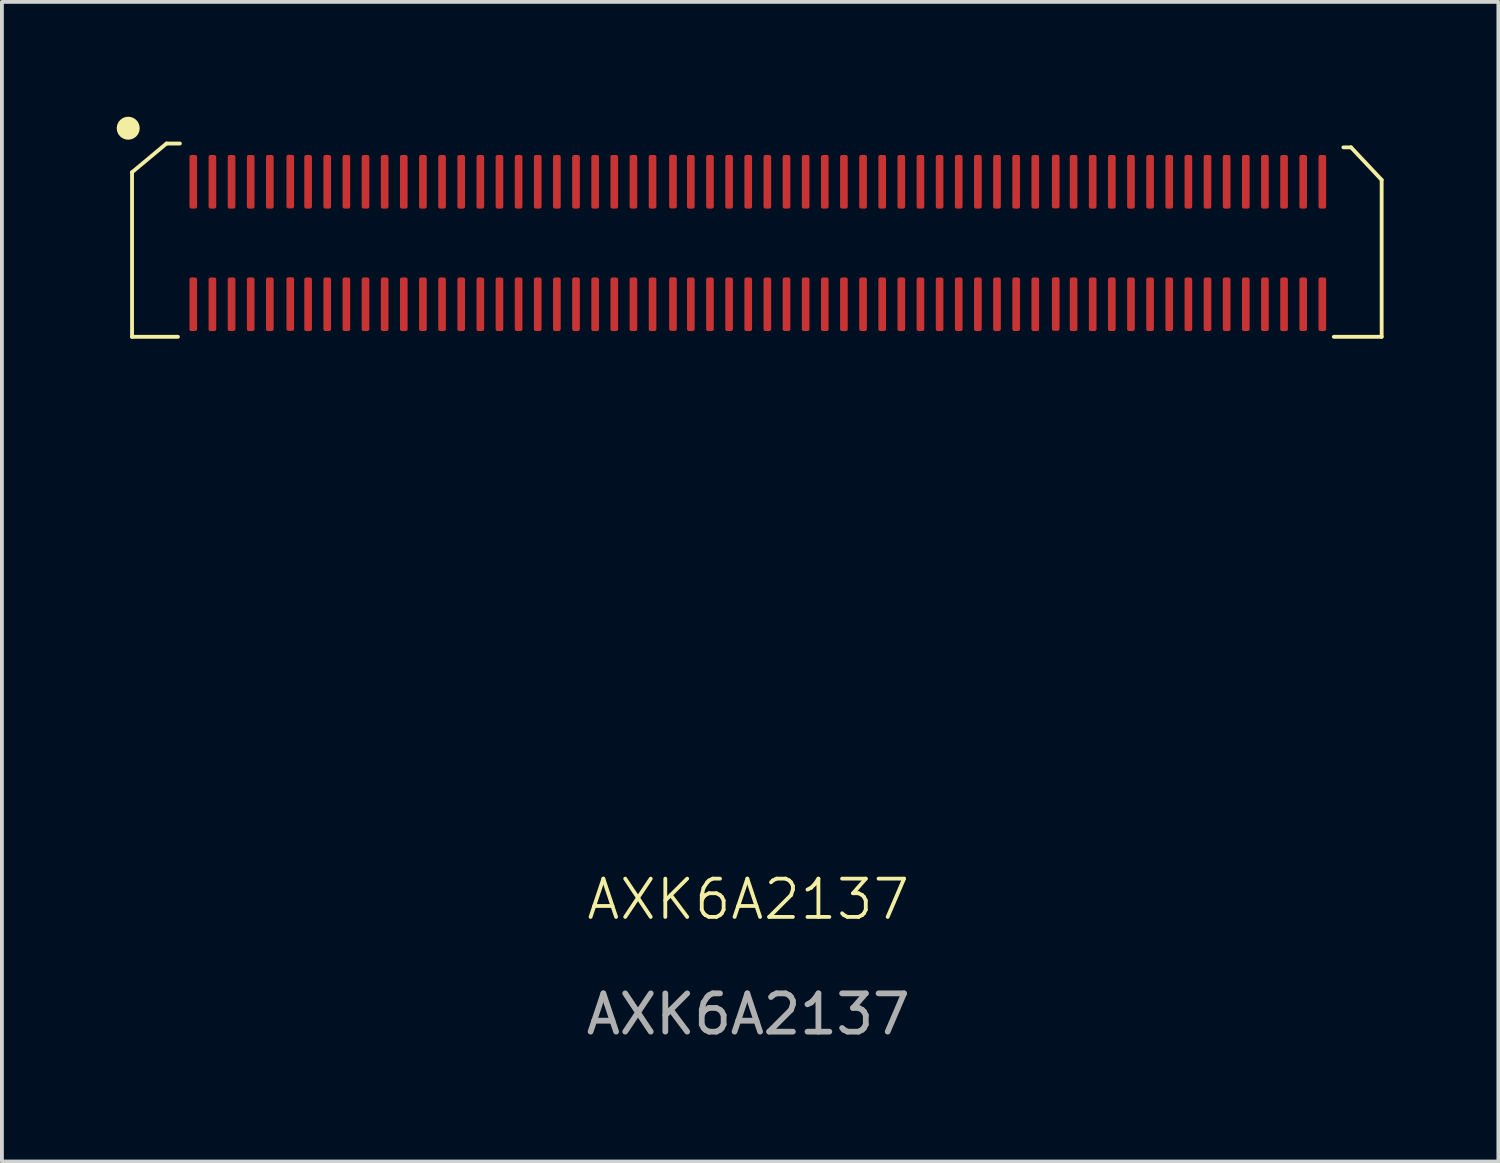
<source format=kicad_pcb>
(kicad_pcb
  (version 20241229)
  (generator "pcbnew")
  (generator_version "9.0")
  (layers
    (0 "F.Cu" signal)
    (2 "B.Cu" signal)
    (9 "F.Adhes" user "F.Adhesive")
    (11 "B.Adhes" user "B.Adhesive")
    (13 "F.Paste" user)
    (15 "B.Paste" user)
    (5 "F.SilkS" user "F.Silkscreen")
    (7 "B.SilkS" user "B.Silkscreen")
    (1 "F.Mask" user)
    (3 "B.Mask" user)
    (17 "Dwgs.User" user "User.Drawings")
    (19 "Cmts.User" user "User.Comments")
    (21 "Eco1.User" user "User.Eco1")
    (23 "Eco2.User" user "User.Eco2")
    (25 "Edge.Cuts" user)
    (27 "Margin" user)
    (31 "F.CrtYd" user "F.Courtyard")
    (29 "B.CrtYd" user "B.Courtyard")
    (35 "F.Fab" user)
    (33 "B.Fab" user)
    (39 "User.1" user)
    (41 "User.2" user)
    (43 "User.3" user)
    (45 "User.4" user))
  (footprint "AXK6A2137"
    (layer "F.Cu")
    (at 16.5 3.3)
    (property "Reference" "AXK6A2137" (at 0 17.15 0) (unlocked yes) (layer "F.SilkS") (effects (font (size 1 1) (thickness 0.1))))
    (attr smd)
    (fp_line (start -16.1 -1.85) (end -15.2 -2.6) (stroke (width 0.1) (type default)) (layer "F.SilkS"))
    (fp_line (start -16.1 2.45) (end -16.1 -1.85) (stroke (width 0.1) (type default)) (layer "F.SilkS"))
    (fp_line (start -15.2 -2.6) (end -14.85 -2.6) (stroke (width 0.1) (type default)) (layer "F.SilkS"))
    (fp_line (start -14.9 2.45) (end -16.1 2.45) (stroke (width 0.1) (type default)) (layer "F.SilkS"))
    (fp_line (start 15.55 -2.5) (end 15.75 -2.5) (stroke (width 0.1) (type default)) (layer "F.SilkS"))
    (fp_line (start 15.75 -2.5) (end 16.55 -1.65) (stroke (width 0.1) (type default)) (layer "F.SilkS"))
    (fp_line (start 16.55 -1.65) (end 16.55 2.45) (stroke (width 0.1) (type default)) (layer "F.SilkS"))
    (fp_line (start 16.55 2.45) (end 15.3 2.45) (stroke (width 0.1) (type default)) (layer "F.SilkS"))
    (fp_circle (center -16.2 -3) (end -15.95 -3) (stroke (width 0.1) (type solid)) (fill yes) (layer "F.SilkS"))
    (fp_text user "${REFERENCE}" (at 0 20.15 0) (unlocked yes) (layer "F.Fab") (effects (font (size 1 1) (thickness 0.15))))
    (pad "1" smd roundrect (at -14.5 -1.6) (size 0.2 1.4) (layers "F.Cu" "F.Mask" "F.Paste") (roundrect_rratio 0.25))
    (pad "2" smd roundrect (at -14.5 1.6) (size 0.2 1.4) (layers "F.Cu" "F.Mask" "F.Paste") (roundrect_rratio 0.25))
    (pad "3" smd roundrect (at -14 -1.6) (size 0.2 1.4) (layers "F.Cu" "F.Mask" "F.Paste") (roundrect_rratio 0.25))
    (pad "4" smd roundrect (at -14 1.6) (size 0.2 1.4) (layers "F.Cu" "F.Mask" "F.Paste") (roundrect_rratio 0.25))
    (pad "5" smd roundrect (at -13.5 -1.6) (size 0.2 1.4) (layers "F.Cu" "F.Mask" "F.Paste") (roundrect_rratio 0.25))
    (pad "6" smd roundrect (at -13.5 1.6) (size 0.2 1.4) (layers "F.Cu" "F.Mask" "F.Paste") (roundrect_rratio 0.25))
    (pad "7" smd roundrect (at -13 -1.6) (size 0.2 1.4) (layers "F.Cu" "F.Mask" "F.Paste") (roundrect_rratio 0.25))
    (pad "8" smd roundrect (at -13 1.6) (size 0.2 1.4) (layers "F.Cu" "F.Mask" "F.Paste") (roundrect_rratio 0.25))
    (pad "9" smd roundrect (at -12.5 -1.6) (size 0.2 1.4) (layers "F.Cu" "F.Mask" "F.Paste") (roundrect_rratio 0.25))
    (pad "10" smd roundrect (at -12.5 1.6) (size 0.2 1.4) (layers "F.Cu" "F.Mask" "F.Paste") (roundrect_rratio 0.25))
    (pad "11" smd roundrect (at -11.966 -1.605) (size 0.2 1.4) (layers "F.Cu" "F.Mask" "F.Paste") (roundrect_rratio 0.25))
    (pad "12" smd roundrect (at -11.966 1.595) (size 0.2 1.4) (layers "F.Cu" "F.Mask" "F.Paste") (roundrect_rratio 0.25))
    (pad "13" smd roundrect (at -11.5 -1.6) (size 0.2 1.4) (layers "F.Cu" "F.Mask" "F.Paste") (roundrect_rratio 0.25))
    (pad "14" smd roundrect (at -11.5 1.6) (size 0.2 1.4) (layers "F.Cu" "F.Mask" "F.Paste") (roundrect_rratio 0.25))
    (pad "15" smd roundrect (at -11 -1.6) (size 0.2 1.4) (layers "F.Cu" "F.Mask" "F.Paste") (roundrect_rratio 0.25))
    (pad "16" smd roundrect (at -11 1.6) (size 0.2 1.4) (layers "F.Cu" "F.Mask" "F.Paste") (roundrect_rratio 0.25))
    (pad "17" smd roundrect (at -10.5 -1.6) (size 0.2 1.4) (layers "F.Cu" "F.Mask" "F.Paste") (roundrect_rratio 0.25))
    (pad "18" smd roundrect (at -10.5 1.6) (size 0.2 1.4) (layers "F.Cu" "F.Mask" "F.Paste") (roundrect_rratio 0.25))
    (pad "19" smd roundrect (at -10 -1.6) (size 0.2 1.4) (layers "F.Cu" "F.Mask" "F.Paste") (roundrect_rratio 0.25))
    (pad "20" smd roundrect (at -10 1.6) (size 0.2 1.4) (layers "F.Cu" "F.Mask" "F.Paste") (roundrect_rratio 0.25))
    (pad "21" smd roundrect (at -9.5 -1.6) (size 0.2 1.4) (layers "F.Cu" "F.Mask" "F.Paste") (roundrect_rratio 0.25))
    (pad "22" smd roundrect (at -9.5 1.6) (size 0.2 1.4) (layers "F.Cu" "F.Mask" "F.Paste") (roundrect_rratio 0.25))
    (pad "23" smd roundrect (at -9 -1.6) (size 0.2 1.4) (layers "F.Cu" "F.Mask" "F.Paste") (roundrect_rratio 0.25))
    (pad "24" smd roundrect (at -9 1.6) (size 0.2 1.4) (layers "F.Cu" "F.Mask" "F.Paste") (roundrect_rratio 0.25))
    (pad "25" smd roundrect (at -8.5 -1.6) (size 0.2 1.4) (layers "F.Cu" "F.Mask" "F.Paste") (roundrect_rratio 0.25))
    (pad "26" smd roundrect (at -8.5 1.6) (size 0.2 1.4) (layers "F.Cu" "F.Mask" "F.Paste") (roundrect_rratio 0.25))
    (pad "27" smd roundrect (at -8 -1.6) (size 0.2 1.4) (layers "F.Cu" "F.Mask" "F.Paste") (roundrect_rratio 0.25))
    (pad "28" smd roundrect (at -8 1.6) (size 0.2 1.4) (layers "F.Cu" "F.Mask" "F.Paste") (roundrect_rratio 0.25))
    (pad "29" smd roundrect (at -7.5 -1.6) (size 0.2 1.4) (layers "F.Cu" "F.Mask" "F.Paste") (roundrect_rratio 0.25))
    (pad "30" smd roundrect (at -7.5 1.6) (size 0.2 1.4) (layers "F.Cu" "F.Mask" "F.Paste") (roundrect_rratio 0.25))
    (pad "31" smd roundrect (at -7 -1.6) (size 0.2 1.4) (layers "F.Cu" "F.Mask" "F.Paste") (roundrect_rratio 0.25))
    (pad "32" smd roundrect (at -7 1.6) (size 0.2 1.4) (layers "F.Cu" "F.Mask" "F.Paste") (roundrect_rratio 0.25))
    (pad "33" smd roundrect (at -6.5 -1.6) (size 0.2 1.4) (layers "F.Cu" "F.Mask" "F.Paste") (roundrect_rratio 0.25))
    (pad "34" smd roundrect (at -6.5 1.6) (size 0.2 1.4) (layers "F.Cu" "F.Mask" "F.Paste") (roundrect_rratio 0.25))
    (pad "35" smd roundrect (at -6 -1.6) (size 0.2 1.4) (layers "F.Cu" "F.Mask" "F.Paste") (roundrect_rratio 0.25))
    (pad "36" smd roundrect (at -6 1.6) (size 0.2 1.4) (layers "F.Cu" "F.Mask" "F.Paste") (roundrect_rratio 0.25))
    (pad "37" smd roundrect (at -5.5 -1.6) (size 0.2 1.4) (layers "F.Cu" "F.Mask" "F.Paste") (roundrect_rratio 0.25))
    (pad "38" smd roundrect (at -5.5 1.6) (size 0.2 1.4) (layers "F.Cu" "F.Mask" "F.Paste") (roundrect_rratio 0.25))
    (pad "39" smd roundrect (at -5 -1.6) (size 0.2 1.4) (layers "F.Cu" "F.Mask" "F.Paste") (roundrect_rratio 0.25))
    (pad "40" smd roundrect (at -5 1.6) (size 0.2 1.4) (layers "F.Cu" "F.Mask" "F.Paste") (roundrect_rratio 0.25))
    (pad "41" smd roundrect (at -4.5 -1.6) (size 0.2 1.4) (layers "F.Cu" "F.Mask" "F.Paste") (roundrect_rratio 0.25))
    (pad "42" smd roundrect (at -4.5 1.6) (size 0.2 1.4) (layers "F.Cu" "F.Mask" "F.Paste") (roundrect_rratio 0.25))
    (pad "43" smd roundrect (at -4 -1.6) (size 0.2 1.4) (layers "F.Cu" "F.Mask" "F.Paste") (roundrect_rratio 0.25))
    (pad "44" smd roundrect (at -4 1.6) (size 0.2 1.4) (layers "F.Cu" "F.Mask" "F.Paste") (roundrect_rratio 0.25))
    (pad "45" smd roundrect (at -3.5 -1.6) (size 0.2 1.4) (layers "F.Cu" "F.Mask" "F.Paste") (roundrect_rratio 0.25))
    (pad "46" smd roundrect (at -3.5 1.6) (size 0.2 1.4) (layers "F.Cu" "F.Mask" "F.Paste") (roundrect_rratio 0.25))
    (pad "47" smd roundrect (at -3 -1.6) (size 0.2 1.4) (layers "F.Cu" "F.Mask" "F.Paste") (roundrect_rratio 0.25))
    (pad "48" smd roundrect (at -3 1.6) (size 0.2 1.4) (layers "F.Cu" "F.Mask" "F.Paste") (roundrect_rratio 0.25))
    (pad "49" smd roundrect (at -2.5 -1.6) (size 0.2 1.4) (layers "F.Cu" "F.Mask" "F.Paste") (roundrect_rratio 0.25))
    (pad "50" smd roundrect (at -2.5 1.6) (size 0.2 1.4) (layers "F.Cu" "F.Mask" "F.Paste") (roundrect_rratio 0.25))
    (pad "51" smd roundrect (at -1.966 -1.605) (size 0.2 1.4) (layers "F.Cu" "F.Mask" "F.Paste") (roundrect_rratio 0.25))
    (pad "52" smd roundrect (at -1.966 1.595) (size 0.2 1.4) (layers "F.Cu" "F.Mask" "F.Paste") (roundrect_rratio 0.25))
    (pad "53" smd roundrect (at -1.5 -1.6) (size 0.2 1.4) (layers "F.Cu" "F.Mask" "F.Paste") (roundrect_rratio 0.25))
    (pad "54" smd roundrect (at -1.5 1.6) (size 0.2 1.4) (layers "F.Cu" "F.Mask" "F.Paste") (roundrect_rratio 0.25))
    (pad "55" smd roundrect (at -1 -1.6) (size 0.2 1.4) (layers "F.Cu" "F.Mask" "F.Paste") (roundrect_rratio 0.25))
    (pad "56" smd roundrect (at -1 1.6) (size 0.2 1.4) (layers "F.Cu" "F.Mask" "F.Paste") (roundrect_rratio 0.25))
    (pad "57" smd roundrect (at -0.5 -1.6) (size 0.2 1.4) (layers "F.Cu" "F.Mask" "F.Paste") (roundrect_rratio 0.25))
    (pad "58" smd roundrect (at -0.5 1.6) (size 0.2 1.4) (layers "F.Cu" "F.Mask" "F.Paste") (roundrect_rratio 0.25))
    (pad "59" smd roundrect (at 0 -1.6) (size 0.2 1.4) (layers "F.Cu" "F.Mask" "F.Paste") (roundrect_rratio 0.25))
    (pad "60" smd roundrect (at 0 1.6) (size 0.2 1.4) (layers "F.Cu" "F.Mask" "F.Paste") (roundrect_rratio 0.25))
    (pad "61" smd roundrect (at 0.5 -1.6) (size 0.2 1.4) (layers "F.Cu" "F.Mask" "F.Paste") (roundrect_rratio 0.25))
    (pad "62" smd roundrect (at 0.5 1.6) (size 0.2 1.4) (layers "F.Cu" "F.Mask" "F.Paste") (roundrect_rratio 0.25))
    (pad "63" smd roundrect (at 1 -1.6) (size 0.2 1.4) (layers "F.Cu" "F.Mask" "F.Paste") (roundrect_rratio 0.25))
    (pad "64" smd roundrect (at 1 1.6) (size 0.2 1.4) (layers "F.Cu" "F.Mask" "F.Paste") (roundrect_rratio 0.25))
    (pad "65" smd roundrect (at 1.5 -1.6) (size 0.2 1.4) (layers "F.Cu" "F.Mask" "F.Paste") (roundrect_rratio 0.25))
    (pad "66" smd roundrect (at 1.5 1.6) (size 0.2 1.4) (layers "F.Cu" "F.Mask" "F.Paste") (roundrect_rratio 0.25))
    (pad "67" smd roundrect (at 2 -1.6) (size 0.2 1.4) (layers "F.Cu" "F.Mask" "F.Paste") (roundrect_rratio 0.25))
    (pad "68" smd roundrect (at 2 1.6) (size 0.2 1.4) (layers "F.Cu" "F.Mask" "F.Paste") (roundrect_rratio 0.25))
    (pad "69" smd roundrect (at 2.5 -1.6) (size 0.2 1.4) (layers "F.Cu" "F.Mask" "F.Paste") (roundrect_rratio 0.25))
    (pad "70" smd roundrect (at 2.5 1.6) (size 0.2 1.4) (layers "F.Cu" "F.Mask" "F.Paste") (roundrect_rratio 0.25))
    (pad "71" smd roundrect (at 3 -1.6) (size 0.2 1.4) (layers "F.Cu" "F.Mask" "F.Paste") (roundrect_rratio 0.25))
    (pad "72" smd roundrect (at 3 1.6) (size 0.2 1.4) (layers "F.Cu" "F.Mask" "F.Paste") (roundrect_rratio 0.25))
    (pad "73" smd roundrect (at 3.5 -1.6) (size 0.2 1.4) (layers "F.Cu" "F.Mask" "F.Paste") (roundrect_rratio 0.25))
    (pad "74" smd roundrect (at 3.5 1.6) (size 0.2 1.4) (layers "F.Cu" "F.Mask" "F.Paste") (roundrect_rratio 0.25))
    (pad "75" smd roundrect (at 4 -1.6) (size 0.2 1.4) (layers "F.Cu" "F.Mask" "F.Paste") (roundrect_rratio 0.25))
    (pad "76" smd roundrect (at 4 1.6) (size 0.2 1.4) (layers "F.Cu" "F.Mask" "F.Paste") (roundrect_rratio 0.25))
    (pad "77" smd roundrect (at 4.5 -1.6) (size 0.2 1.4) (layers "F.Cu" "F.Mask" "F.Paste") (roundrect_rratio 0.25))
    (pad "78" smd roundrect (at 4.5 1.6) (size 0.2 1.4) (layers "F.Cu" "F.Mask" "F.Paste") (roundrect_rratio 0.25))
    (pad "79" smd roundrect (at 5 -1.6) (size 0.2 1.4) (layers "F.Cu" "F.Mask" "F.Paste") (roundrect_rratio 0.25))
    (pad "80" smd roundrect (at 5 1.6) (size 0.2 1.4) (layers "F.Cu" "F.Mask" "F.Paste") (roundrect_rratio 0.25))
    (pad "81" smd roundrect (at 5.5 -1.6) (size 0.2 1.4) (layers "F.Cu" "F.Mask" "F.Paste") (roundrect_rratio 0.25))
    (pad "82" smd roundrect (at 5.5 1.6) (size 0.2 1.4) (layers "F.Cu" "F.Mask" "F.Paste") (roundrect_rratio 0.25))
    (pad "83" smd roundrect (at 6 -1.6) (size 0.2 1.4) (layers "F.Cu" "F.Mask" "F.Paste") (roundrect_rratio 0.25))
    (pad "84" smd roundrect (at 6 1.6) (size 0.2 1.4) (layers "F.Cu" "F.Mask" "F.Paste") (roundrect_rratio 0.25))
    (pad "85" smd roundrect (at 6.5 -1.6) (size 0.2 1.4) (layers "F.Cu" "F.Mask" "F.Paste") (roundrect_rratio 0.25))
    (pad "86" smd roundrect (at 6.5 1.6) (size 0.2 1.4) (layers "F.Cu" "F.Mask" "F.Paste") (roundrect_rratio 0.25))
    (pad "87" smd roundrect (at 7 -1.6) (size 0.2 1.4) (layers "F.Cu" "F.Mask" "F.Paste") (roundrect_rratio 0.25))
    (pad "88" smd roundrect (at 7 1.6) (size 0.2 1.4) (layers "F.Cu" "F.Mask" "F.Paste") (roundrect_rratio 0.25))
    (pad "89" smd roundrect (at 7.5 -1.6) (size 0.2 1.4) (layers "F.Cu" "F.Mask" "F.Paste") (roundrect_rratio 0.25))
    (pad "90" smd roundrect (at 7.5 1.6) (size 0.2 1.4) (layers "F.Cu" "F.Mask" "F.Paste") (roundrect_rratio 0.25))
    (pad "91" smd roundrect (at 8.034 -1.605) (size 0.2 1.4) (layers "F.Cu" "F.Mask" "F.Paste") (roundrect_rratio 0.25))
    (pad "92" smd roundrect (at 8.034 1.595) (size 0.2 1.4) (layers "F.Cu" "F.Mask" "F.Paste") (roundrect_rratio 0.25))
    (pad "93" smd roundrect (at 8.5 -1.6) (size 0.2 1.4) (layers "F.Cu" "F.Mask" "F.Paste") (roundrect_rratio 0.25))
    (pad "94" smd roundrect (at 8.5 1.6) (size 0.2 1.4) (layers "F.Cu" "F.Mask" "F.Paste") (roundrect_rratio 0.25))
    (pad "95" smd roundrect (at 9 -1.6) (size 0.2 1.4) (layers "F.Cu" "F.Mask" "F.Paste") (roundrect_rratio 0.25))
    (pad "96" smd roundrect (at 9 1.6) (size 0.2 1.4) (layers "F.Cu" "F.Mask" "F.Paste") (roundrect_rratio 0.25))
    (pad "97" smd roundrect (at 9.5 -1.6) (size 0.2 1.4) (layers "F.Cu" "F.Mask" "F.Paste") (roundrect_rratio 0.25))
    (pad "98" smd roundrect (at 9.5 1.6) (size 0.2 1.4) (layers "F.Cu" "F.Mask" "F.Paste") (roundrect_rratio 0.25))
    (pad "99" smd roundrect (at 10 -1.6) (size 0.2 1.4) (layers "F.Cu" "F.Mask" "F.Paste") (roundrect_rratio 0.25))
    (pad "100" smd roundrect (at 10 1.6) (size 0.2 1.4) (layers "F.Cu" "F.Mask" "F.Paste") (roundrect_rratio 0.25))
    (pad "101" smd roundrect (at 10.5 -1.6) (size 0.2 1.4) (layers "F.Cu" "F.Mask" "F.Paste") (roundrect_rratio 0.25))
    (pad "102" smd roundrect (at 10.5 1.6) (size 0.2 1.4) (layers "F.Cu" "F.Mask" "F.Paste") (roundrect_rratio 0.25))
    (pad "103" smd roundrect (at 11 -1.6) (size 0.2 1.4) (layers "F.Cu" "F.Mask" "F.Paste") (roundrect_rratio 0.25))
    (pad "104" smd roundrect (at 11 1.6) (size 0.2 1.4) (layers "F.Cu" "F.Mask" "F.Paste") (roundrect_rratio 0.25))
    (pad "105" smd roundrect (at 11.5 -1.6) (size 0.2 1.4) (layers "F.Cu" "F.Mask" "F.Paste") (roundrect_rratio 0.25))
    (pad "106" smd roundrect (at 11.5 1.6) (size 0.2 1.4) (layers "F.Cu" "F.Mask" "F.Paste") (roundrect_rratio 0.25))
    (pad "107" smd roundrect (at 12 -1.6) (size 0.2 1.4) (layers "F.Cu" "F.Mask" "F.Paste") (roundrect_rratio 0.25))
    (pad "108" smd roundrect (at 12 1.6) (size 0.2 1.4) (layers "F.Cu" "F.Mask" "F.Paste") (roundrect_rratio 0.25))
    (pad "109" smd roundrect (at 12.5 -1.6) (size 0.2 1.4) (layers "F.Cu" "F.Mask" "F.Paste") (roundrect_rratio 0.25))
    (pad "110" smd roundrect (at 12.5 1.6) (size 0.2 1.4) (layers "F.Cu" "F.Mask" "F.Paste") (roundrect_rratio 0.25))
    (pad "111" smd roundrect (at 13 -1.6) (size 0.2 1.4) (layers "F.Cu" "F.Mask" "F.Paste") (roundrect_rratio 0.25))
    (pad "112" smd roundrect (at 13 1.6) (size 0.2 1.4) (layers "F.Cu" "F.Mask" "F.Paste") (roundrect_rratio 0.25))
    (pad "113" smd roundrect (at 13.5 -1.6) (size 0.2 1.4) (layers "F.Cu" "F.Mask" "F.Paste") (roundrect_rratio 0.25))
    (pad "114" smd roundrect (at 13.5 1.6) (size 0.2 1.4) (layers "F.Cu" "F.Mask" "F.Paste") (roundrect_rratio 0.25))
    (pad "115" smd roundrect (at 14 -1.6) (size 0.2 1.4) (layers "F.Cu" "F.Mask" "F.Paste") (roundrect_rratio 0.25))
    (pad "116" smd roundrect (at 14 1.6) (size 0.2 1.4) (layers "F.Cu" "F.Mask" "F.Paste") (roundrect_rratio 0.25))
    (pad "117" smd roundrect (at 14.5 -1.6) (size 0.2 1.4) (layers "F.Cu" "F.Mask" "F.Paste") (roundrect_rratio 0.25))
    (pad "118" smd roundrect (at 14.5 1.6) (size 0.2 1.4) (layers "F.Cu" "F.Mask" "F.Paste") (roundrect_rratio 0.25))
    (pad "119" smd roundrect (at 15 -1.6) (size 0.2 1.4) (layers "F.Cu" "F.Mask" "F.Paste") (roundrect_rratio 0.25))
    (pad "120" smd roundrect (at 15 1.6) (size 0.2 1.4) (layers "F.Cu" "F.Mask" "F.Paste") (roundrect_rratio 0.25)))
  (gr_rect
    (start -3 -3)
    (end 36.1 27.298)
    (stroke (width 0.1) (type default))
    (fill no)
    (layer "Edge.Cuts")))
</source>
